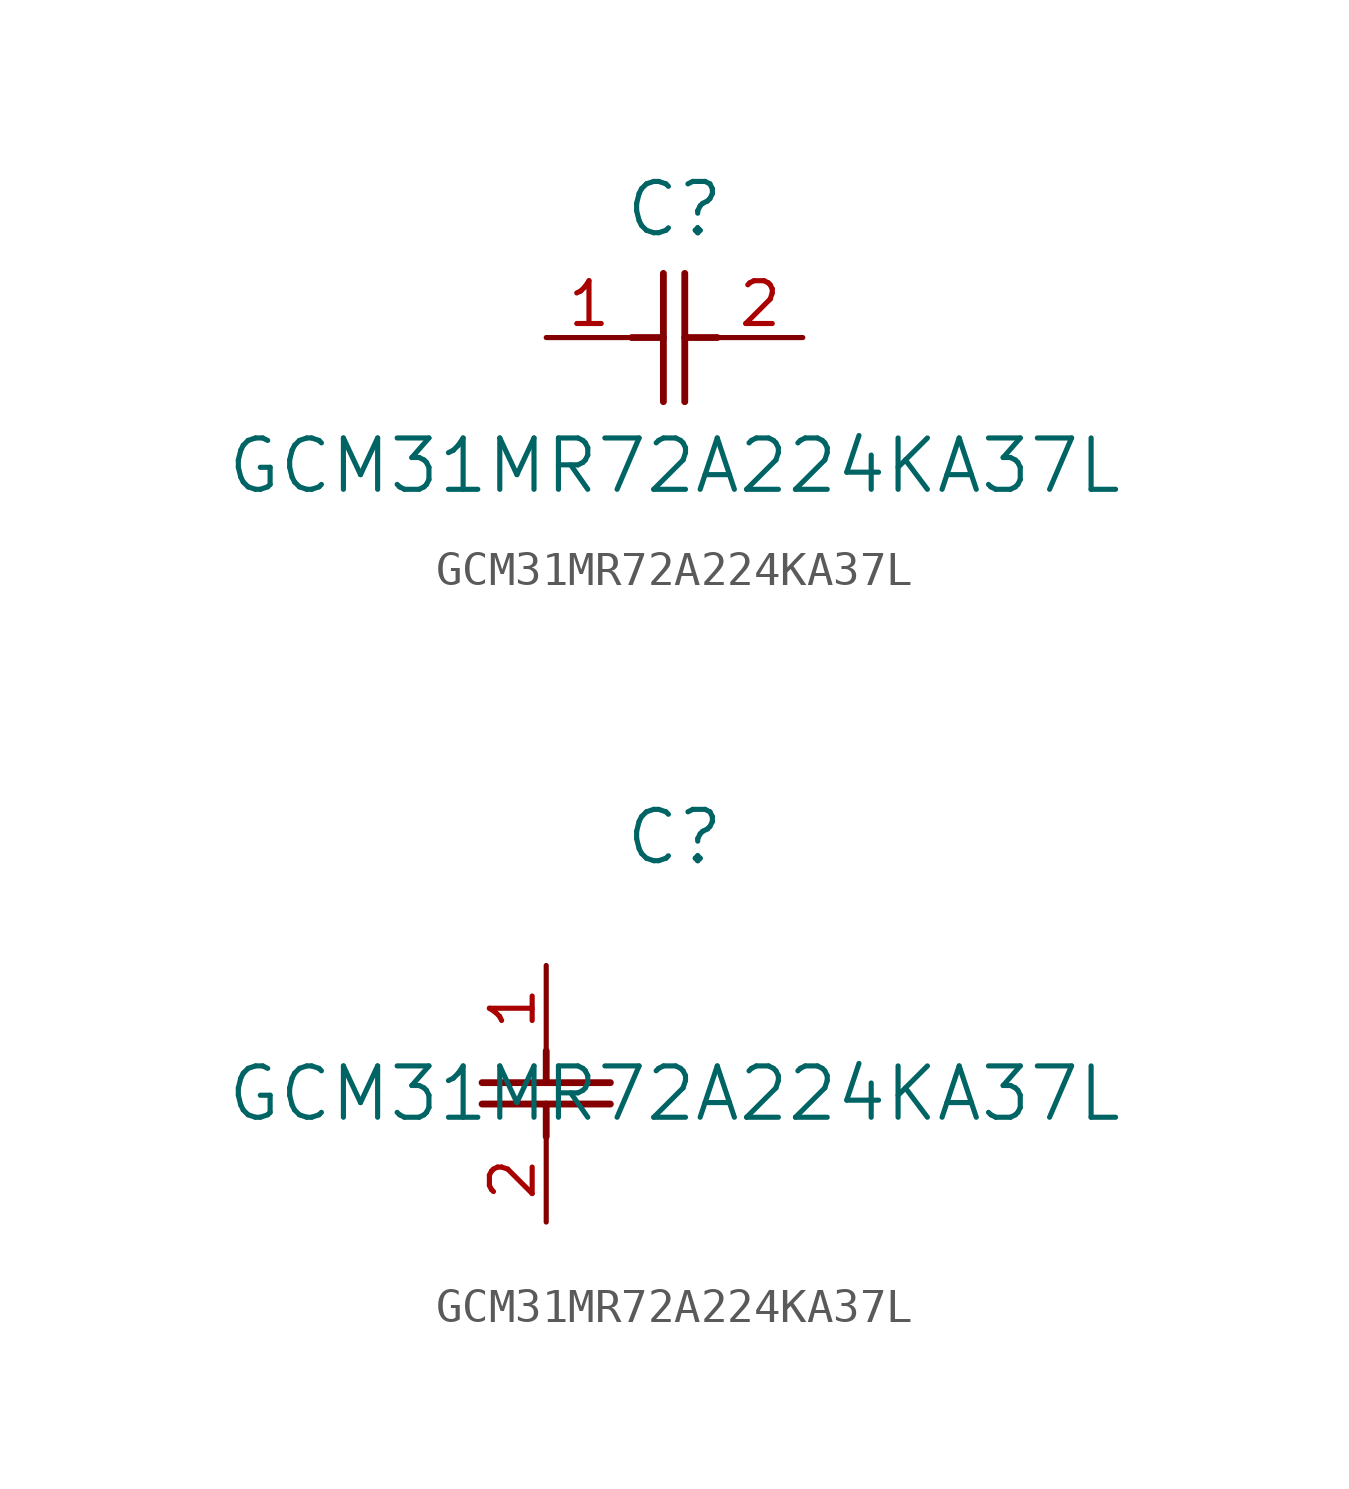
<source format=kicad_sym>
(kicad_symbol_lib
  (version 20231120)
  (generator "kicad_symbol_editor")
  (generator_version "8.0")
  (symbol "GCM31MR72A224KA37L"
    (pin_names
      (offset 0.254))
    (property "Reference" "C"
      (at 3.81 3.81 0)
      (effects (font (size 1.524 1.524))))
    (property "Value" "GCM31MR72A224KA37L"
      (at 3.81 -3.81 0)
      (effects (font (size 1.524 1.524))))
    (property "ki_locked" ""
      (at 0 0 0)
      (effects (font (size 1.27 1.27))))
    (symbol "GCM31MR72A224KA37L_1_1"
      (polyline (pts (xy 2.54 0) (xy 3.48 0)) (stroke (width 0.203) (type default)) (fill (type none)))
      (polyline (pts (xy 3.48 -1.905) (xy 3.48 1.905)) (stroke (width 0.203) (type default)) (fill (type none)))
      (polyline (pts (xy 4.115 -1.905) (xy 4.115 1.905)) (stroke (width 0.203) (type default)) (fill (type none)))
      (polyline (pts (xy 4.115 0) (xy 5.08 0)) (stroke (width 0.203) (type default)) (fill (type none)))
      (pin unspecified line (at 0 0 0) (length 2.54) (name "" (effects (font (size 1.27 1.27)))) (number "1" (effects (font (size 1.27 1.27)))))
      (pin unspecified line (at 7.62 0 180) (length 2.54) (name "" (effects (font (size 1.27 1.27)))) (number "2" (effects (font (size 1.27 1.27))))))
    (symbol "GCM31MR72A224KA37L_1_2"
      (polyline (pts (xy -1.905 -4.115) (xy 1.905 -4.115)) (stroke (width 0.203) (type default)) (fill (type none)))
      (polyline (pts (xy -1.905 -3.48) (xy 1.905 -3.48)) (stroke (width 0.203) (type default)) (fill (type none)))
      (polyline (pts (xy 0 -4.115) (xy 0 -5.08)) (stroke (width 0.203) (type default)) (fill (type none)))
      (polyline (pts (xy 0 -2.54) (xy 0 -3.48)) (stroke (width 0.203) (type default)) (fill (type none)))
      (pin unspecified line (at 0 0 270) (length 2.54) (name "" (effects (font (size 1.27 1.27)))) (number "1" (effects (font (size 1.27 1.27)))))
      (pin unspecified line (at 0 -7.62 90) (length 2.54) (name "" (effects (font (size 1.27 1.27)))) (number "2" (effects (font (size 1.27 1.27))))))))
</source>
